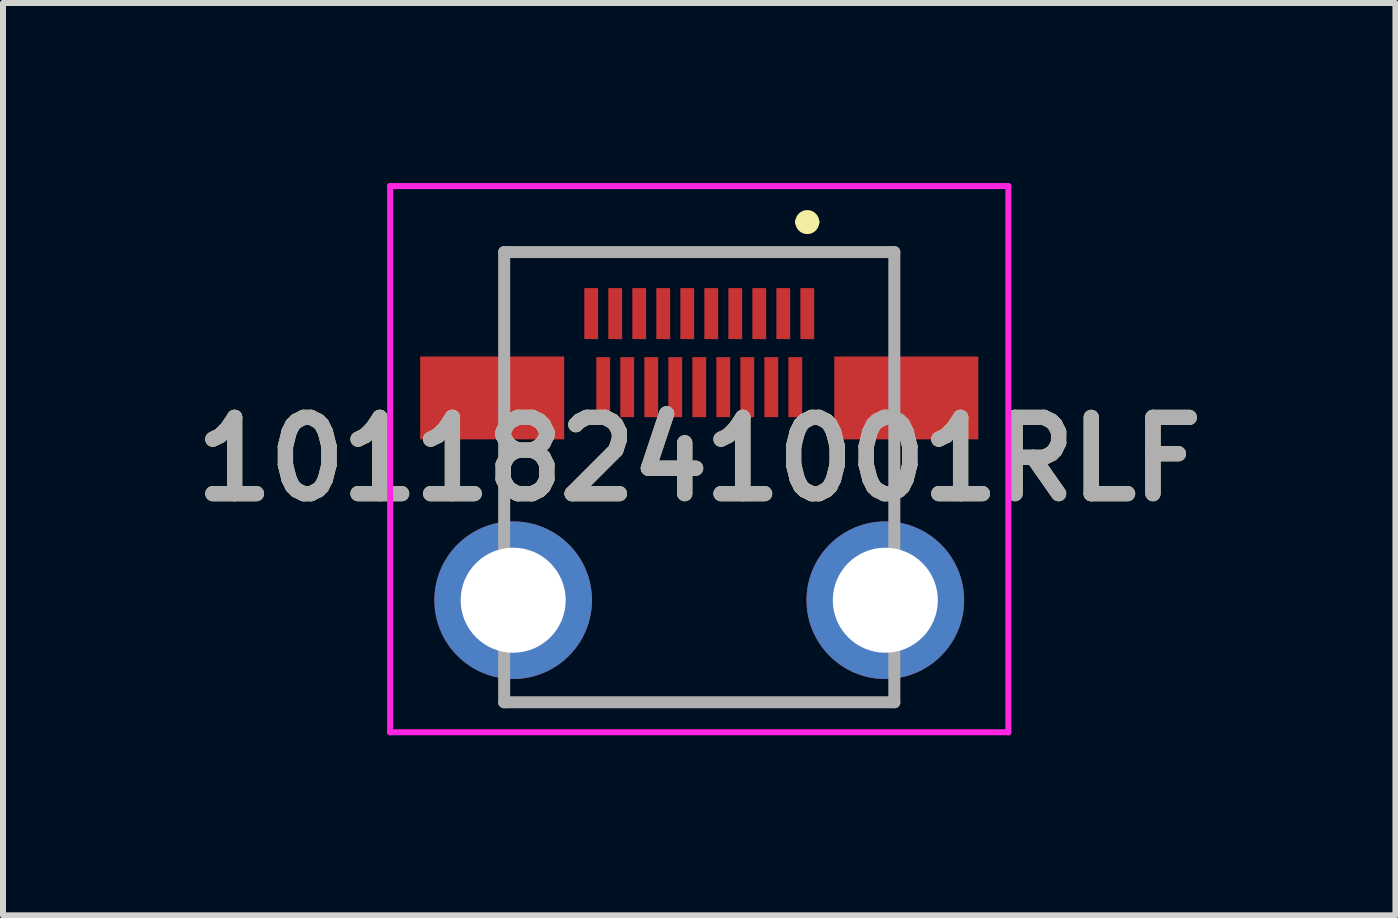
<source format=kicad_pcb>
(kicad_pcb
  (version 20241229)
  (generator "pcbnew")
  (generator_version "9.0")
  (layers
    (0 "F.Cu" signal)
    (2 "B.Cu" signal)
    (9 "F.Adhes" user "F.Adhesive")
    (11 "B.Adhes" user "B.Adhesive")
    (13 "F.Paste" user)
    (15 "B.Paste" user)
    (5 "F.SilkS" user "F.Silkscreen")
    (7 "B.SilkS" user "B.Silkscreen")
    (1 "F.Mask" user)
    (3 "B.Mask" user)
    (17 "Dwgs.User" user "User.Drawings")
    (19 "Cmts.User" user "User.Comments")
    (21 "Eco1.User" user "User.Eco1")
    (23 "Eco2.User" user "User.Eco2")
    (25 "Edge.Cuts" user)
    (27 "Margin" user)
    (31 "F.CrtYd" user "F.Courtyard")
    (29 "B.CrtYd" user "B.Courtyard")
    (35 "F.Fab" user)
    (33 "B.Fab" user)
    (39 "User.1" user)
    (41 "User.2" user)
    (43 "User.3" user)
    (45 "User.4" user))
  (footprint "10118241001RLF"
    (layer "F.Cu")
    (at 8.6 4.6)
    (property "Reference" "10118241001RLF" (at 0 0 0) (layer "F.SilkS") (effects (font (size 1.27 1.27) (thickness 0.254))))
    (attr through_hole)
    (fp_line (start -3.25 -3.45) (end 3.25 -3.45) (stroke (width 0.1) (type solid)) (layer "F.SilkS"))
    (fp_line (start -3.25 -2.425) (end -3.25 -3.45) (stroke (width 0.1) (type solid)) (layer "F.SilkS"))
    (fp_line (start -3.25 4.05) (end 3.25 4.05) (stroke (width 0.1) (type solid)) (layer "F.SilkS"))
    (fp_line (start 1.7 -3.95) (end 1.7 -3.95) (stroke (width 0.2) (type solid)) (layer "F.SilkS"))
    (fp_line (start 1.9 -3.95) (end 1.9 -3.95) (stroke (width 0.2) (type solid)) (layer "F.SilkS"))
    (fp_line (start 3.25 -3.45) (end 3.25 -2.425) (stroke (width 0.1) (type solid)) (layer "F.SilkS"))
    (fp_arc (start 1.7 -3.95) (mid 1.8 -4.05) (end 1.9 -3.95) (stroke (width 0.2) (type solid)) (layer "F.SilkS"))
    (fp_arc (start 1.9 -3.95) (mid 1.8 -3.85) (end 1.7 -3.95) (stroke (width 0.2) (type solid)) (layer "F.SilkS"))
    (fp_line (start -5.15 -4.55) (end 5.15 -4.55) (stroke (width 0.1) (type solid)) (layer "F.CrtYd"))
    (fp_line (start -5.15 4.55) (end -5.15 -4.55) (stroke (width 0.1) (type solid)) (layer "F.CrtYd"))
    (fp_line (start 5.15 -4.55) (end 5.15 4.55) (stroke (width 0.1) (type solid)) (layer "F.CrtYd"))
    (fp_line (start 5.15 4.55) (end -5.15 4.55) (stroke (width 0.1) (type solid)) (layer "F.CrtYd"))
    (fp_line (start -3.25 -3.45) (end 3.25 -3.45) (stroke (width 0.2) (type solid)) (layer "F.Fab"))
    (fp_line (start -3.25 4.05) (end -3.25 -3.45) (stroke (width 0.2) (type solid)) (layer "F.Fab"))
    (fp_line (start 3.25 -3.45) (end 3.25 4.05) (stroke (width 0.2) (type solid)) (layer "F.Fab"))
    (fp_line (start 3.25 4.05) (end -3.25 4.05) (stroke (width 0.2) (type solid)) (layer "F.Fab"))
    (fp_text user "${REFERENCE}" (at 0 0 0) (layer "F.Fab") (effects (font (size 1.27 1.27) (thickness 0.254))))
    (pad "1" smd rect (at 1.8 -2.425) (size 0.23 0.85) (layers "F.Cu" "F.Mask" "F.Paste"))
    (pad "2" smd rect (at 1.6 -1.2) (size 0.23 1) (layers "F.Cu" "F.Mask" "F.Paste"))
    (pad "3" smd rect (at 1.4 -2.425) (size 0.23 0.85) (layers "F.Cu" "F.Mask" "F.Paste"))
    (pad "4" smd rect (at 1.2 -1.2) (size 0.23 1) (layers "F.Cu" "F.Mask" "F.Paste"))
    (pad "5" smd rect (at 1 -2.425) (size 0.23 0.85) (layers "F.Cu" "F.Mask" "F.Paste"))
    (pad "6" smd rect (at 0.8 -1.2) (size 0.23 1) (layers "F.Cu" "F.Mask" "F.Paste"))
    (pad "7" smd rect (at 0.6 -2.425) (size 0.23 0.85) (layers "F.Cu" "F.Mask" "F.Paste"))
    (pad "8" smd rect (at 0.4 -1.2) (size 0.23 1) (layers "F.Cu" "F.Mask" "F.Paste"))
    (pad "9" smd rect (at 0.2 -2.425) (size 0.23 0.85) (layers "F.Cu" "F.Mask" "F.Paste"))
    (pad "10" smd rect (at 0 -1.2) (size 0.23 1) (layers "F.Cu" "F.Mask" "F.Paste"))
    (pad "11" smd rect (at -0.2 -2.425) (size 0.23 0.85) (layers "F.Cu" "F.Mask" "F.Paste"))
    (pad "12" smd rect (at -0.4 -1.2) (size 0.23 1) (layers "F.Cu" "F.Mask" "F.Paste"))
    (pad "13" smd rect (at -0.6 -2.425) (size 0.23 0.85) (layers "F.Cu" "F.Mask" "F.Paste"))
    (pad "14" smd rect (at -0.8 -1.2) (size 0.23 1) (layers "F.Cu" "F.Mask" "F.Paste"))
    (pad "15" smd rect (at -1 -2.425) (size 0.23 0.85) (layers "F.Cu" "F.Mask" "F.Paste"))
    (pad "16" smd rect (at -1.2 -1.2) (size 0.23 1) (layers "F.Cu" "F.Mask" "F.Paste"))
    (pad "17" smd rect (at -1.4 -2.425) (size 0.23 0.85) (layers "F.Cu" "F.Mask" "F.Paste"))
    (pad "18" smd rect (at -1.6 -1.2) (size 0.23 1) (layers "F.Cu" "F.Mask" "F.Paste"))
    (pad "19" smd rect (at -1.8 -2.425) (size 0.23 0.85) (layers "F.Cu" "F.Mask" "F.Paste"))
    (pad "MH1" thru_hole circle (at 3.1 2.35) (size 2.625 2.625) (drill 1.75) (layers "*.Cu" "*.Mask"))
    (pad "MH2" thru_hole circle (at -3.1 2.35) (size 2.625 2.625) (drill 1.75) (layers "*.Cu" "*.Mask"))
    (pad "MP1" smd rect (at 3.45 -1.02 90) (size 1.38 2.4) (layers "F.Cu" "F.Mask" "F.Paste"))
    (pad "MP2" smd rect (at -3.45 -1.02 90) (size 1.38 2.4) (layers "F.Cu" "F.Mask" "F.Paste")))
  (gr_rect
    (start -3 -3)
    (end 20.199 12.2)
    (stroke (width 0.1) (type default))
    (fill no)
    (layer "Edge.Cuts")))
</source>
